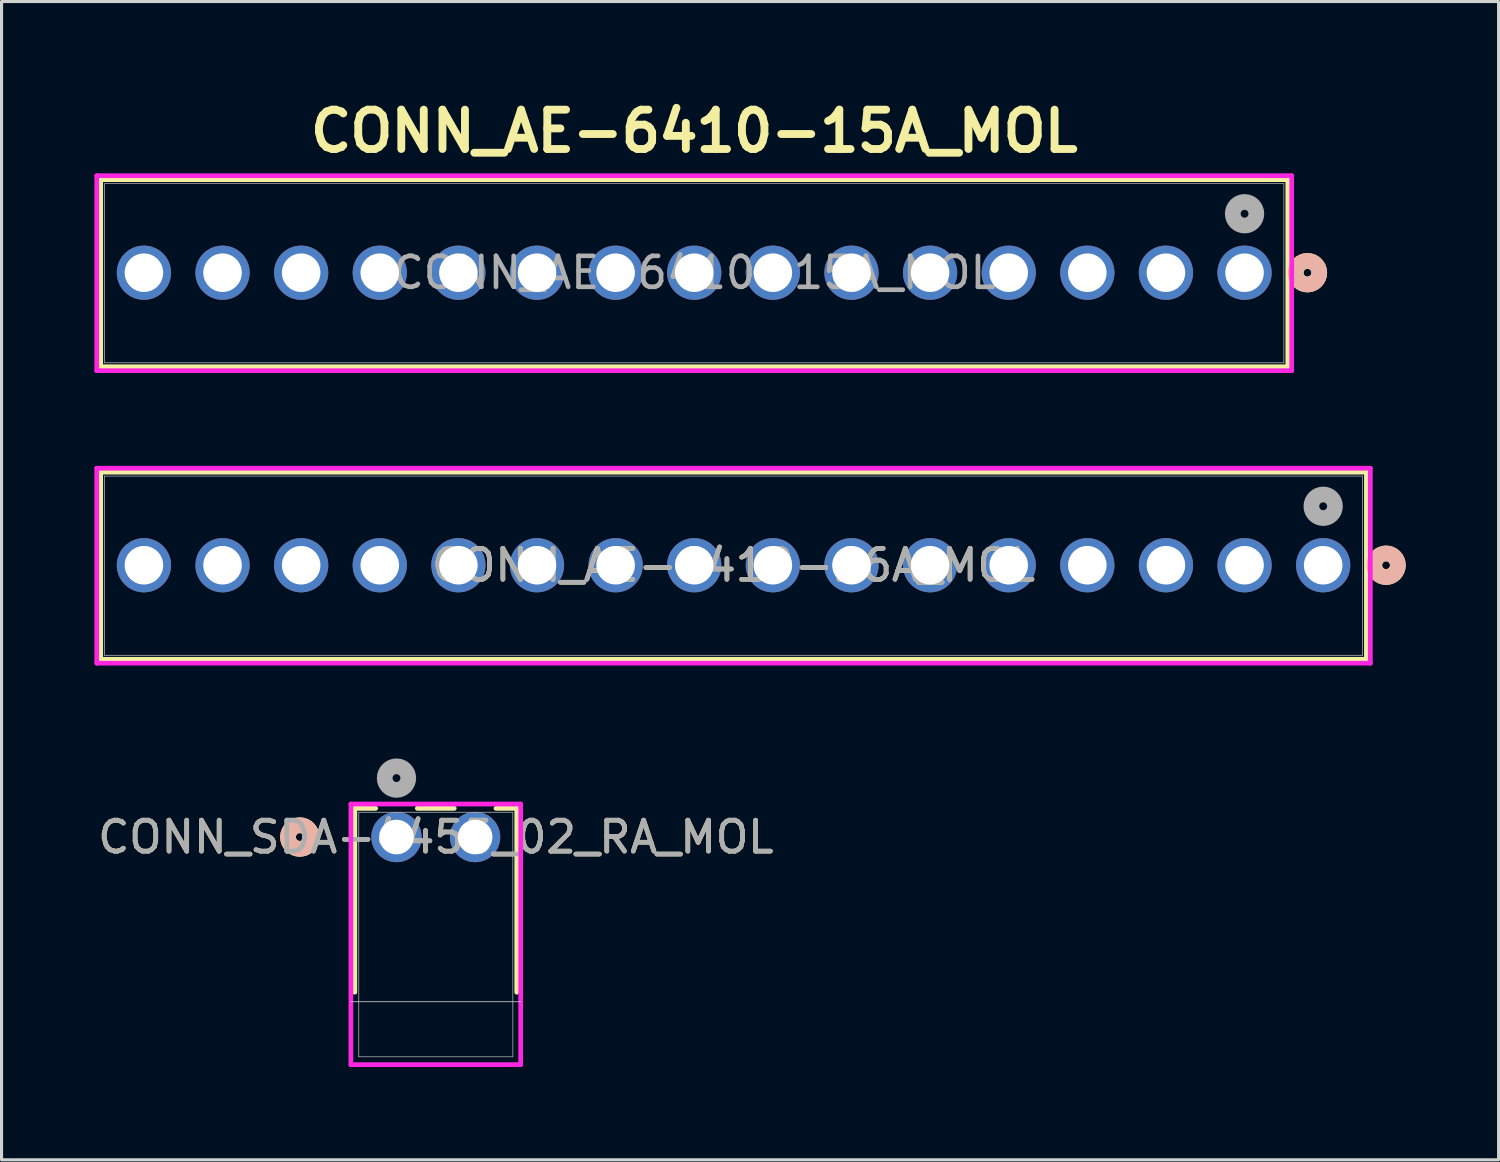
<source format=kicad_pcb>
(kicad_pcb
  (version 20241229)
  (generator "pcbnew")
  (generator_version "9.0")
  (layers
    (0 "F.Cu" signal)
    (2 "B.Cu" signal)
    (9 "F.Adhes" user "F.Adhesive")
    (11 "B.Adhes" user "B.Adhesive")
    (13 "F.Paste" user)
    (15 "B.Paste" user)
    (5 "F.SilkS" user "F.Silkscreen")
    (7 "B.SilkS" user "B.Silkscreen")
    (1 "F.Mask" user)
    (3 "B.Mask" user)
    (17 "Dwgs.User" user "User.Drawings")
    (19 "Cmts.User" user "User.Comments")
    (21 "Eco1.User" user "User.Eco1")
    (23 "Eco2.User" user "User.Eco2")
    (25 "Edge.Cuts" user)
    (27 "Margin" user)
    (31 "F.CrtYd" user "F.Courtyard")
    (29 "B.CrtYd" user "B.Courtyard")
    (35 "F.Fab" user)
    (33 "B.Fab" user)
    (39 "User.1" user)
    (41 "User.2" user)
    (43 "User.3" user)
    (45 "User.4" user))
  (footprint "CONN_SDA-4455_02_RA_MOL"
    (layer "F.Cu")
    (at 9.76 23.994)
    (property "Reference" "CONN_SDA-4455_02_RA_MOL" (at 1.27 0 0) (unlocked yes) (layer "F.SilkS") (effects (font (size 1 1) (thickness 0.15))))
    (attr through_hole)
    (fp_line (start -1.346 -0.927) (end -1.346 5.014) (stroke (width 0.152) (type solid)) (layer "F.SilkS"))
    (fp_line (start -0.673 -0.927) (end -1.346 -0.927) (stroke (width 0.152) (type solid)) (layer "F.SilkS"))
    (fp_line (start 1.867 -0.927) (end 0.673 -0.927) (stroke (width 0.152) (type solid)) (layer "F.SilkS"))
    (fp_line (start 3.886 -0.927) (end 3.213 -0.927) (stroke (width 0.152) (type solid)) (layer "F.SilkS"))
    (fp_line (start 3.886 5.014) (end 3.886 -0.927) (stroke (width 0.152) (type solid)) (layer "F.SilkS"))
    (fp_circle (center -3.124 0) (end -2.743 0) (stroke (width 0.508) (type solid)) (fill no) (layer "F.SilkS"))
    (fp_circle (center -3.124 0) (end -2.743 0) (stroke (width 0.508) (type solid)) (fill no) (layer "B.SilkS"))
    (fp_line (start -1.473 5.321) (end 4.013 5.321) (stroke (width 0.025) (type solid)) (layer "Edge.Cuts"))
    (fp_line (start -1.473 -1.067) (end -1.473 7.353) (stroke (width 0.152) (type solid)) (layer "F.CrtYd"))
    (fp_line (start -1.473 7.353) (end 4.013 7.353) (stroke (width 0.152) (type solid)) (layer "F.CrtYd"))
    (fp_line (start 4.013 -1.067) (end -1.473 -1.067) (stroke (width 0.152) (type solid)) (layer "F.CrtYd"))
    (fp_line (start 4.013 7.353) (end 4.013 -1.067) (stroke (width 0.152) (type solid)) (layer "F.CrtYd"))
    (fp_line (start -1.219 -0.8) (end -1.219 7.099) (stroke (width 0.025) (type solid)) (layer "F.Fab"))
    (fp_line (start -1.219 7.099) (end 3.759 7.099) (stroke (width 0.025) (type solid)) (layer "F.Fab"))
    (fp_line (start 3.759 -0.8) (end -1.219 -0.8) (stroke (width 0.025) (type solid)) (layer "F.Fab"))
    (fp_line (start 3.759 7.099) (end 3.759 -0.8) (stroke (width 0.025) (type solid)) (layer "F.Fab"))
    (fp_circle (center 0 -1.905) (end 0.381 -1.905) (stroke (width 0.508) (type solid)) (fill no) (layer "F.Fab"))
    (fp_text user "${REFERENCE}" (at 1.27 0 0) (unlocked yes) (layer "F.Fab") (effects (font (size 1 1) (thickness 0.15))))
    (pad "1" thru_hole circle (at 0 0) (size 1.626 1.626) (drill 1.118) (layers "*.Cu" "*.Mask"))
    (pad "2" thru_hole circle (at 2.54 0) (size 1.626 1.626) (drill 1.118) (layers "*.Cu" "*.Mask")))
  (footprint "CONN_AE-6410-15A_MOL"
    (layer "F.Cu")
    (at 37.16 5.761)
    (property "Reference" "CONN_AE-6410-15A_MOL" (at -17.78 -4.572 0) (unlocked yes) (layer "F.SilkS") (effects (font (size 1.27 1.27) (thickness 0.254) (bold yes))))
    (attr through_hole)
    (fp_line (start -36.957 -3.007) (end -36.957 3.038) (stroke (width 0.152) (type solid)) (layer "F.SilkS"))
    (fp_line (start -36.957 3.038) (end 1.397 3.038) (stroke (width 0.152) (type solid)) (layer "F.SilkS"))
    (fp_line (start 1.397 -3.007) (end -36.957 -3.007) (stroke (width 0.152) (type solid)) (layer "F.SilkS"))
    (fp_line (start 1.397 3.038) (end 1.397 -3.007) (stroke (width 0.152) (type solid)) (layer "F.SilkS"))
    (fp_circle (center 2.032 0) (end 2.413 0) (stroke (width 0.508) (type solid)) (fill no) (layer "F.SilkS"))
    (fp_circle (center 2.032 0) (end 2.413 0) (stroke (width 0.508) (type solid)) (fill no) (layer "B.SilkS"))
    (fp_line (start -37.084 -3.134) (end -37.084 3.165) (stroke (width 0.152) (type solid)) (layer "F.CrtYd"))
    (fp_line (start -37.084 3.165) (end 1.524 3.165) (stroke (width 0.152) (type solid)) (layer "F.CrtYd"))
    (fp_line (start 1.524 -3.134) (end -37.084 -3.134) (stroke (width 0.152) (type solid)) (layer "F.CrtYd"))
    (fp_line (start 1.524 3.165) (end 1.524 -3.134) (stroke (width 0.152) (type solid)) (layer "F.CrtYd"))
    (fp_line (start -36.83 -2.88) (end -36.83 2.911) (stroke (width 0.025) (type solid)) (layer "F.Fab"))
    (fp_line (start -36.83 2.911) (end 1.27 2.911) (stroke (width 0.025) (type solid)) (layer "F.Fab"))
    (fp_line (start 1.27 -2.88) (end -36.83 -2.88) (stroke (width 0.025) (type solid)) (layer "F.Fab"))
    (fp_line (start 1.27 2.911) (end 1.27 -2.88) (stroke (width 0.025) (type solid)) (layer "F.Fab"))
    (fp_circle (center 0 -1.905) (end 0.381 -1.905) (stroke (width 0.508) (type solid)) (fill no) (layer "F.Fab"))
    (fp_text user "${REFERENCE}" (at -17.78 0 0) (unlocked yes) (layer "F.Fab") (effects (font (size 1 1) (thickness 0.15))))
    (pad "1" thru_hole circle (at 0 0) (size 1.753 1.753) (drill 1.245) (layers "*.Cu" "*.Mask"))
    (pad "2" thru_hole circle (at -2.54 0) (size 1.753 1.753) (drill 1.245) (layers "*.Cu" "*.Mask"))
    (pad "3" thru_hole circle (at -5.08 0) (size 1.753 1.753) (drill 1.245) (layers "*.Cu" "*.Mask"))
    (pad "4" thru_hole circle (at -7.62 0) (size 1.753 1.753) (drill 1.245) (layers "*.Cu" "*.Mask"))
    (pad "5" thru_hole circle (at -10.16 0) (size 1.753 1.753) (drill 1.245) (layers "*.Cu" "*.Mask"))
    (pad "6" thru_hole circle (at -12.7 0) (size 1.753 1.753) (drill 1.245) (layers "*.Cu" "*.Mask"))
    (pad "7" thru_hole circle (at -15.24 0) (size 1.753 1.753) (drill 1.245) (layers "*.Cu" "*.Mask"))
    (pad "8" thru_hole circle (at -17.78 0) (size 1.753 1.753) (drill 1.245) (layers "*.Cu" "*.Mask"))
    (pad "9" thru_hole circle (at -20.32 0) (size 1.753 1.753) (drill 1.245) (layers "*.Cu" "*.Mask"))
    (pad "10" thru_hole circle (at -22.86 0) (size 1.753 1.753) (drill 1.245) (layers "*.Cu" "*.Mask"))
    (pad "11" thru_hole circle (at -25.4 0) (size 1.753 1.753) (drill 1.245) (layers "*.Cu" "*.Mask"))
    (pad "12" thru_hole circle (at -27.94 0) (size 1.753 1.753) (drill 1.245) (layers "*.Cu" "*.Mask"))
    (pad "13" thru_hole circle (at -30.48 0) (size 1.753 1.753) (drill 1.245) (layers "*.Cu" "*.Mask"))
    (pad "14" thru_hole circle (at -33.02 0) (size 1.753 1.753) (drill 1.245) (layers "*.Cu" "*.Mask"))
    (pad "15" thru_hole circle (at -35.56 0) (size 1.753 1.753) (drill 1.245) (layers "*.Cu" "*.Mask")))
  (footprint "CONN_AE-6410-16A_MOL"
    (layer "F.Cu")
    (at 39.7 15.212)
    (property "Reference" "CONN_AE-6410-16A_MOL" (at -19.05 0 0) (unlocked yes) (layer "F.SilkS") (effects (font (size 1 1) (thickness 0.15))))
    (attr through_hole)
    (fp_line (start -39.497 -3.007) (end -39.497 3.038) (stroke (width 0.152) (type solid)) (layer "F.SilkS"))
    (fp_line (start -39.497 3.038) (end 1.397 3.038) (stroke (width 0.152) (type solid)) (layer "F.SilkS"))
    (fp_line (start 1.397 -3.007) (end -39.497 -3.007) (stroke (width 0.152) (type solid)) (layer "F.SilkS"))
    (fp_line (start 1.397 3.038) (end 1.397 -3.007) (stroke (width 0.152) (type solid)) (layer "F.SilkS"))
    (fp_circle (center 2.032 0) (end 2.413 0) (stroke (width 0.508) (type solid)) (fill no) (layer "F.SilkS"))
    (fp_circle (center 2.032 0) (end 2.413 0) (stroke (width 0.508) (type solid)) (fill no) (layer "B.SilkS"))
    (fp_line (start -39.624 -3.134) (end -39.624 3.165) (stroke (width 0.152) (type solid)) (layer "F.CrtYd"))
    (fp_line (start -39.624 3.165) (end 1.524 3.165) (stroke (width 0.152) (type solid)) (layer "F.CrtYd"))
    (fp_line (start 1.524 -3.134) (end -39.624 -3.134) (stroke (width 0.152) (type solid)) (layer "F.CrtYd"))
    (fp_line (start 1.524 3.165) (end 1.524 -3.134) (stroke (width 0.152) (type solid)) (layer "F.CrtYd"))
    (fp_line (start -39.37 -2.88) (end -39.37 2.911) (stroke (width 0.025) (type solid)) (layer "F.Fab"))
    (fp_line (start -39.37 2.911) (end 1.27 2.911) (stroke (width 0.025) (type solid)) (layer "F.Fab"))
    (fp_line (start 1.27 -2.88) (end -39.37 -2.88) (stroke (width 0.025) (type solid)) (layer "F.Fab"))
    (fp_line (start 1.27 2.911) (end 1.27 -2.88) (stroke (width 0.025) (type solid)) (layer "F.Fab"))
    (fp_circle (center 0 -1.905) (end 0.381 -1.905) (stroke (width 0.508) (type solid)) (fill no) (layer "F.Fab"))
    (fp_text user "${REFERENCE}" (at -19.05 0 0) (unlocked yes) (layer "F.Fab") (effects (font (size 1 1) (thickness 0.15))))
    (pad "1" thru_hole circle (at 0 0) (size 1.753 1.753) (drill 1.245) (layers "*.Cu" "*.Mask"))
    (pad "2" thru_hole circle (at -2.54 0) (size 1.753 1.753) (drill 1.245) (layers "*.Cu" "*.Mask"))
    (pad "3" thru_hole circle (at -5.08 0) (size 1.753 1.753) (drill 1.245) (layers "*.Cu" "*.Mask"))
    (pad "4" thru_hole circle (at -7.62 0) (size 1.753 1.753) (drill 1.245) (layers "*.Cu" "*.Mask"))
    (pad "5" thru_hole circle (at -10.16 0) (size 1.753 1.753) (drill 1.245) (layers "*.Cu" "*.Mask"))
    (pad "6" thru_hole circle (at -12.7 0) (size 1.753 1.753) (drill 1.245) (layers "*.Cu" "*.Mask"))
    (pad "7" thru_hole circle (at -15.24 0) (size 1.753 1.753) (drill 1.245) (layers "*.Cu" "*.Mask"))
    (pad "8" thru_hole circle (at -17.78 0) (size 1.753 1.753) (drill 1.245) (layers "*.Cu" "*.Mask"))
    (pad "9" thru_hole circle (at -20.32 0) (size 1.753 1.753) (drill 1.245) (layers "*.Cu" "*.Mask"))
    (pad "10" thru_hole circle (at -22.86 0) (size 1.753 1.753) (drill 1.245) (layers "*.Cu" "*.Mask"))
    (pad "11" thru_hole circle (at -25.4 0) (size 1.753 1.753) (drill 1.245) (layers "*.Cu" "*.Mask"))
    (pad "12" thru_hole circle (at -27.94 0) (size 1.753 1.753) (drill 1.245) (layers "*.Cu" "*.Mask"))
    (pad "13" thru_hole circle (at -30.48 0) (size 1.753 1.753) (drill 1.245) (layers "*.Cu" "*.Mask"))
    (pad "14" thru_hole circle (at -33.02 0) (size 1.753 1.753) (drill 1.245) (layers "*.Cu" "*.Mask"))
    (pad "15" thru_hole circle (at -35.56 0) (size 1.753 1.753) (drill 1.245) (layers "*.Cu" "*.Mask"))
    (pad "16" thru_hole circle (at -38.1 0) (size 1.753 1.753) (drill 1.245) (layers "*.Cu" "*.Mask")))
  (gr_rect
    (start -3 -3)
    (end 45.367 34.423)
    (stroke (width 0.1) (type default))
    (fill no)
    (layer "Edge.Cuts")))
</source>
